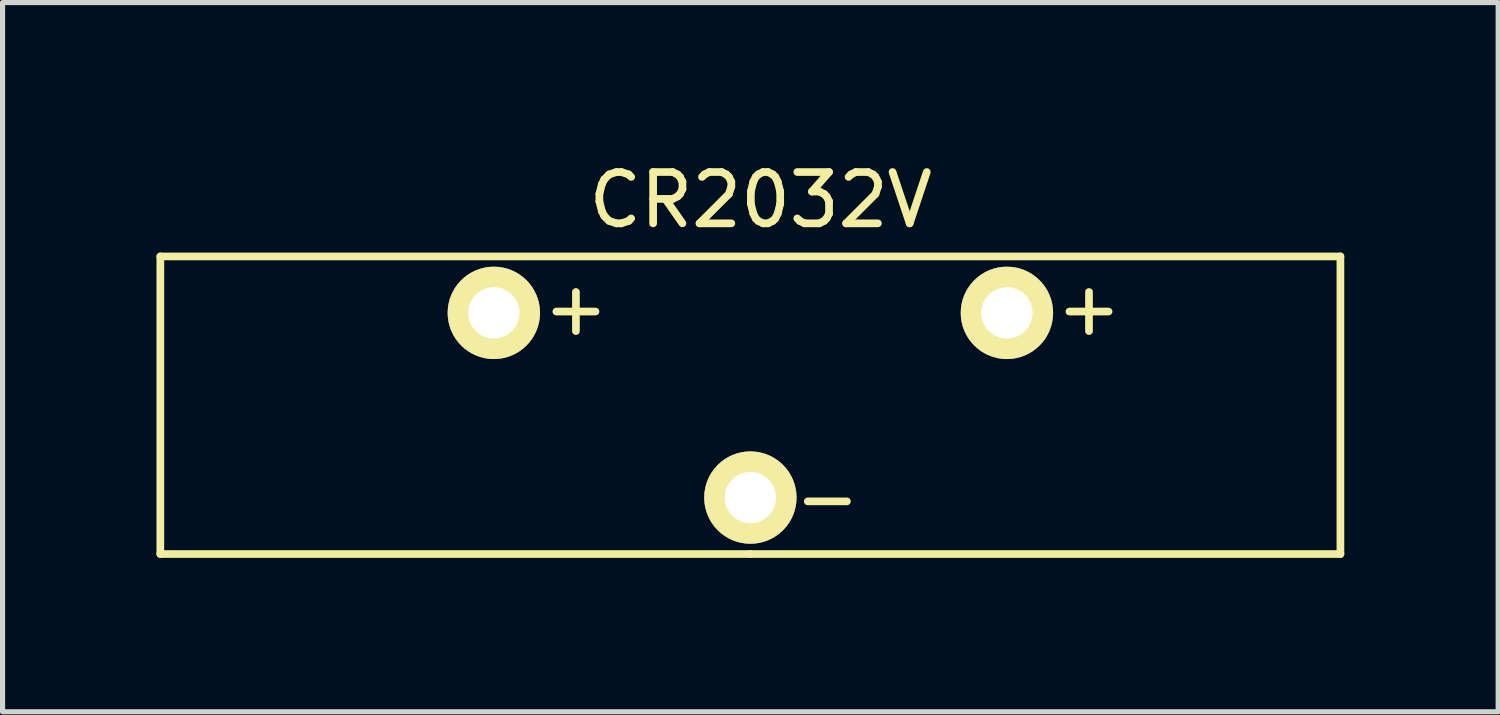
<source format=kicad_pcb>
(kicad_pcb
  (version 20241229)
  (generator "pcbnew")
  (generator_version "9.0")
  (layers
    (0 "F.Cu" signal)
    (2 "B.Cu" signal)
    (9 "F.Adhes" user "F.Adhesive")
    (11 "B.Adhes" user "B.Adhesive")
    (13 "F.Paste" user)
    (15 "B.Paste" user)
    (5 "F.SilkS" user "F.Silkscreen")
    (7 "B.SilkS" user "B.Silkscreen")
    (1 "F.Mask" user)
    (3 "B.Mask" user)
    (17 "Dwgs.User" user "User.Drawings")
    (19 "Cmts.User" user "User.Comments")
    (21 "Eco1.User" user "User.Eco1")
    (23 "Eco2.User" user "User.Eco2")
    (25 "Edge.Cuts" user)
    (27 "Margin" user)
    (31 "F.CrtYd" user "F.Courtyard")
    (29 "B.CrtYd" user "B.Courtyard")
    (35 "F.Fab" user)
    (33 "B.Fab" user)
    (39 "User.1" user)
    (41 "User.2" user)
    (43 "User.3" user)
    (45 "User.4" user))
  (footprint "CR2032V"
    (layer "F.Cu")
    (at 11.575 4.848)
    (property "Reference" "CR2032V" (at 0.2 -4 0) (layer "F.SilkS") (effects (font (size 1 1) (thickness 0.15))))
    (attr through_hole)
    (fp_line (start -11.5 -2.9) (end -11.5 2.9) (stroke (width 0.15) (type solid)) (layer "F.SilkS"))
    (fp_line (start 0 2.9) (end -11.5 2.9) (stroke (width 0.15) (type solid)) (layer "F.SilkS"))
    (fp_line (start 0 2.9) (end 11.5 2.9) (stroke (width 0.15) (type solid)) (layer "F.SilkS"))
    (fp_line (start 11.5 -2.9) (end -11.5 -2.9) (stroke (width 0.15) (type solid)) (layer "F.SilkS"))
    (fp_line (start 11.5 2.9) (end 11.5 -2.9) (stroke (width 0.15) (type solid)) (layer "F.SilkS"))
    (fp_text user "+" (at 6.6 -1.9 0) (layer "F.SilkS") (effects (font (size 1 1) (thickness 0.15))))
    (fp_text user "+" (at -3.4 -1.9 0) (layer "F.SilkS") (effects (font (size 1 1) (thickness 0.15))))
    (fp_text user "-" (at 1.5 1.8 0) (layer "F.SilkS") (effects (font (size 1 1) (thickness 0.15))))
    (pad "1" thru_hole circle (at 0 1.8) (size 1.8 1.8) (drill 1) (layers "*.Cu" "*.Mask" "F.SilkS"))
    (pad "2" thru_hole circle (at 5 -1.8) (size 1.8 1.8) (drill 1) (layers "*.Cu" "*.Mask" "F.SilkS"))
    (pad "3" thru_hole circle (at -5 -1.8) (size 1.8 1.8) (drill 1) (layers "*.Cu" "*.Mask" "F.SilkS")))
  (gr_rect
    (start -3 -3)
    (end 26.15 10.823)
    (stroke (width 0.1) (type default))
    (fill no)
    (layer "Edge.Cuts")))
</source>
